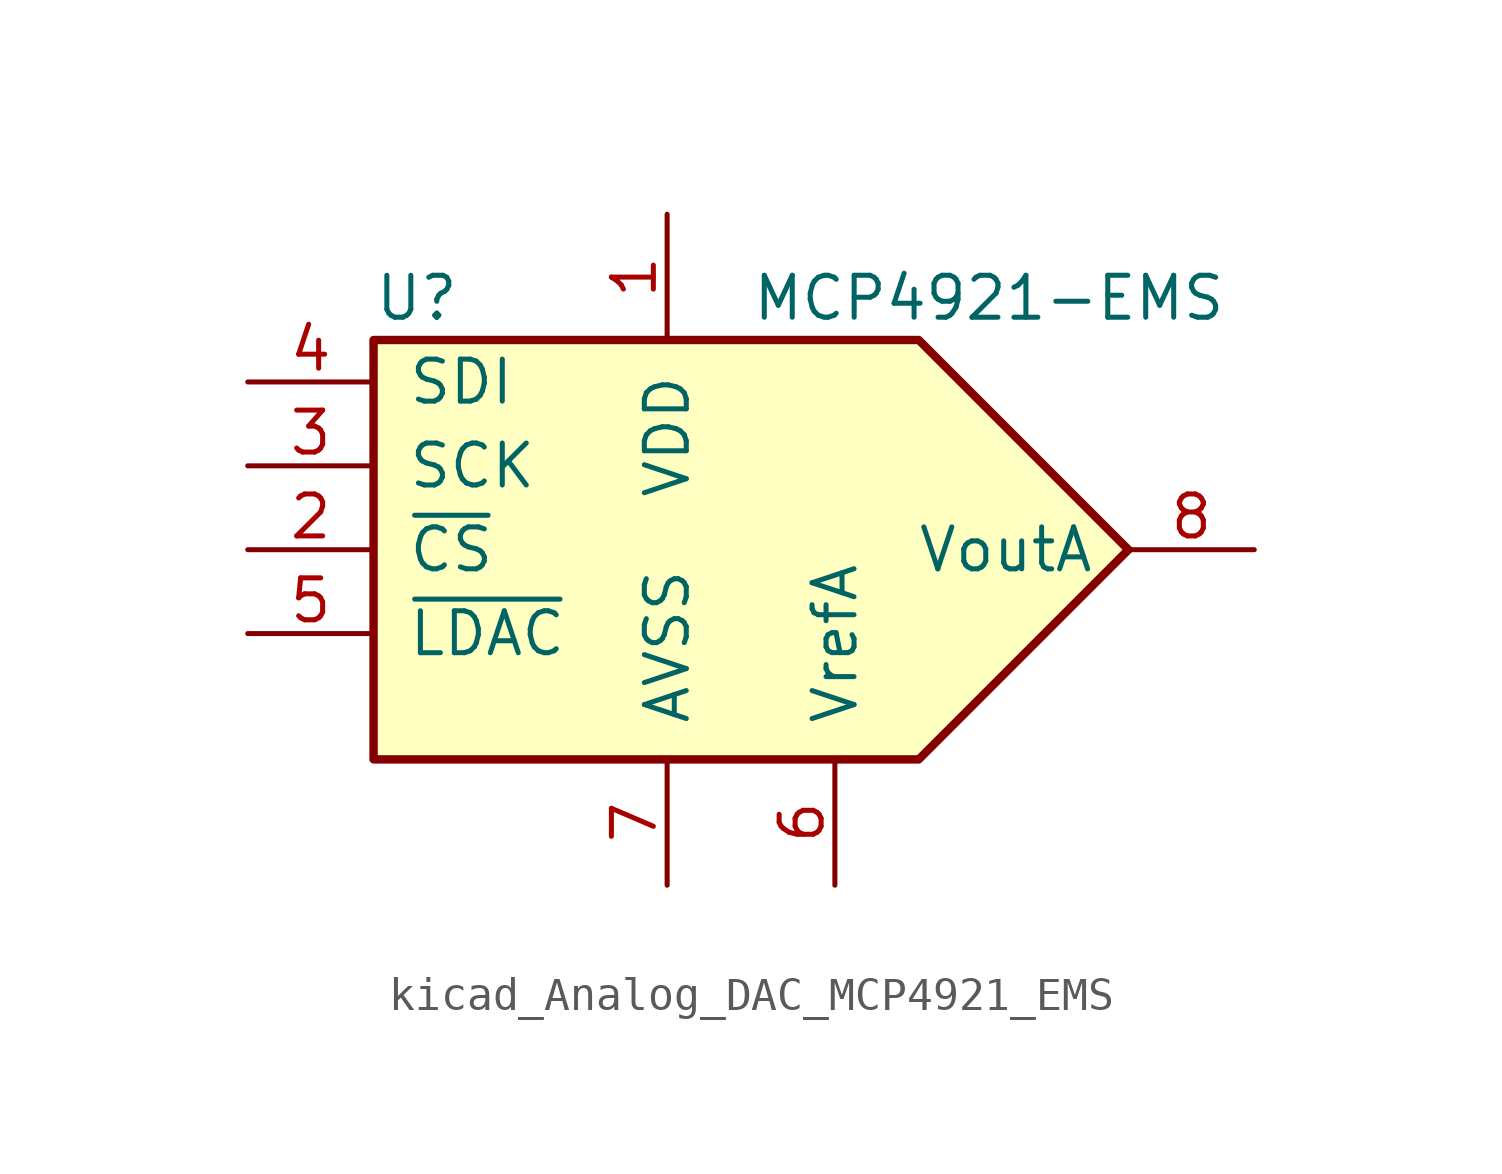
<source format=kicad_sym>
(kicad_symbol_lib
  (version 20220914)
  (generator kicad_symbol_editor)
  (symbol "kicad_Analog_DAC_MCP4921_EMS"
    (pin_names
      (offset 1.016))
    (property "Reference" "U"
      (at -11.43 7.62 0)
      (effects (font (size 1.27 1.27)) (justify left)))
    (property "Value" "MCP4921-EMS"
      (at 0 7.62 0)
      (effects (font (size 1.27 1.27)) (justify left)))
    (symbol "kicad_Analog_DAC_MCP4921_EMS_0_1"
      (polyline (pts (xy -11.43 6.35) (xy 5.08 6.35) (xy 11.43 0) (xy 5.08 -6.35) (xy -11.43 -6.35) (xy -11.43 6.35)) (stroke (width 0.254) (type default)) (fill (type background))))
    (symbol "kicad_Analog_DAC_MCP4921_EMS_1_1"
      (pin power_in line (at -2.54 10.16 270) (length 3.81) (name "VDD" (effects (font (size 1.27 1.27)))) (number "1" (effects (font (size 1.27 1.27)))))
      (pin input line (at -15.24 0 0) (length 3.81) (name "~{CS}" (effects (font (size 1.27 1.27)))) (number "2" (effects (font (size 1.27 1.27)))))
      (pin input line (at -15.24 2.54 0) (length 3.81) (name "SCK" (effects (font (size 1.27 1.27)))) (number "3" (effects (font (size 1.27 1.27)))))
      (pin input line (at -15.24 5.08 0) (length 3.81) (name "SDI" (effects (font (size 1.27 1.27)))) (number "4" (effects (font (size 1.27 1.27)))))
      (pin input line (at -15.24 -2.54 0) (length 3.81) (name "~{LDAC}" (effects (font (size 1.27 1.27)))) (number "5" (effects (font (size 1.27 1.27)))))
      (pin passive line (at 2.54 -10.16 90) (length 3.81) (name "VrefA" (effects (font (size 1.27 1.27)))) (number "6" (effects (font (size 1.27 1.27)))))
      (pin power_in line (at -2.54 -10.16 90) (length 3.81) (name "AVSS" (effects (font (size 1.27 1.27)))) (number "7" (effects (font (size 1.27 1.27)))))
      (pin passive line (at 15.24 0 180) (length 3.81) (name "VoutA" (effects (font (size 1.27 1.27)))) (number "8" (effects (font (size 1.27 1.27))))))))
</source>
